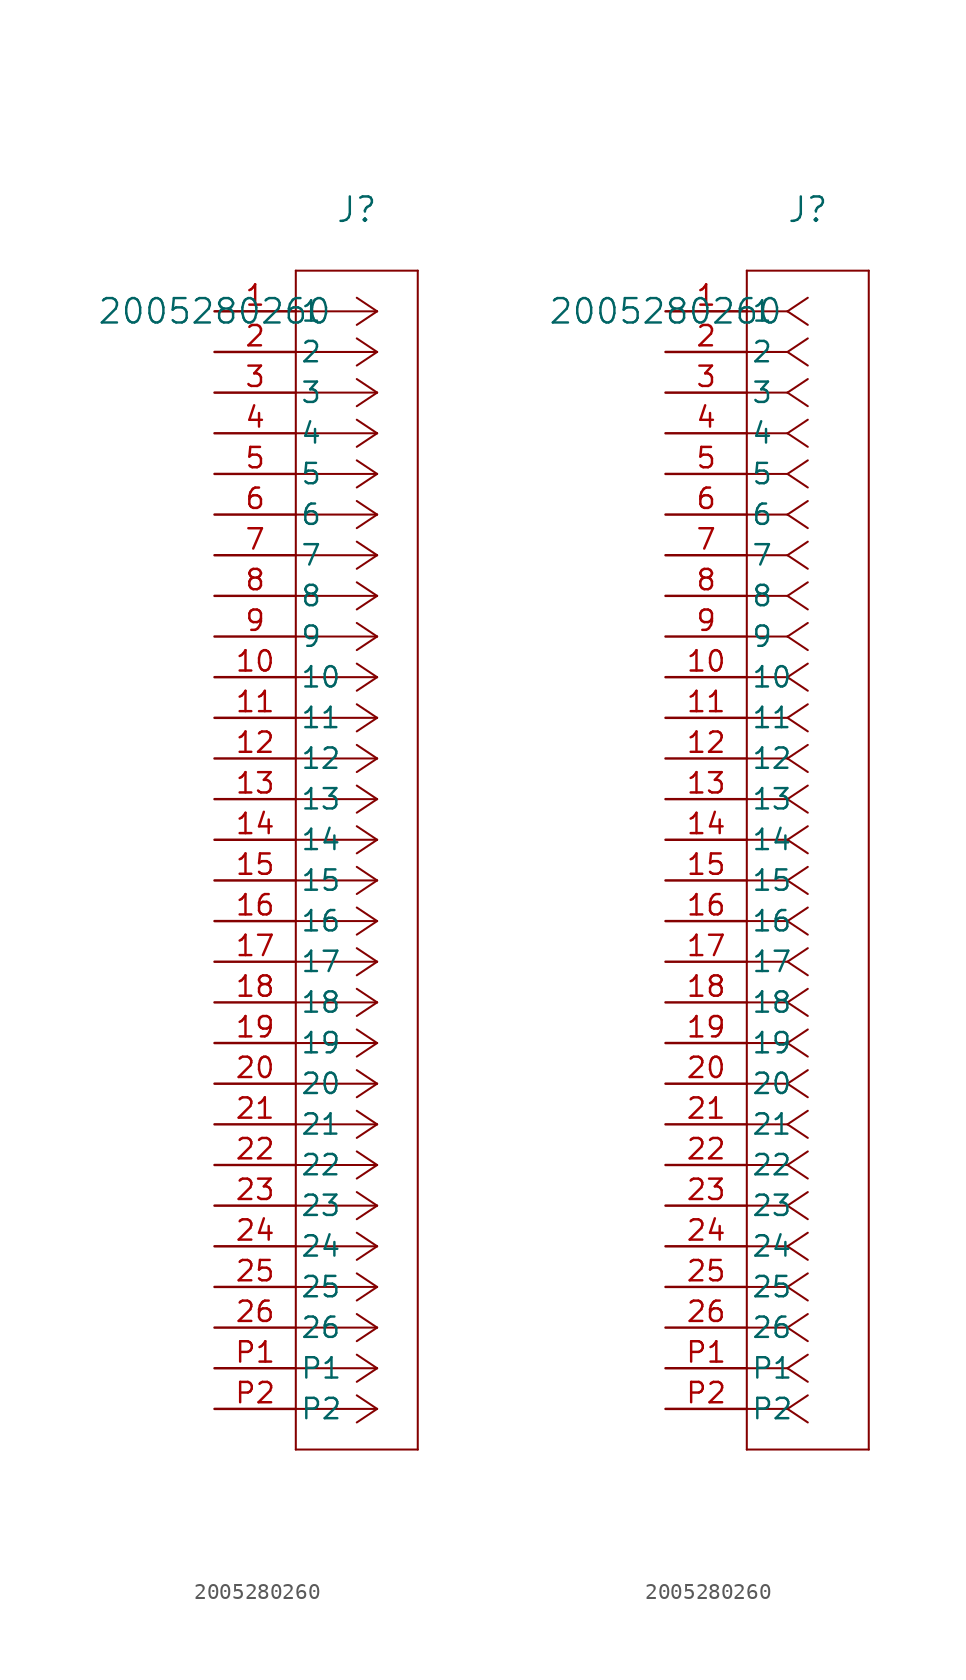
<source format=kicad_sym>
(kicad_symbol_lib
  (version 20211014)
  (generator kicad_symbol_editor)
  (symbol "2005280260"
    (pin_names
      (offset 0.254))
    (property "Reference" "J"
      (at 8.89 6.35 0)
      (effects (font (size 1.524 1.524))))
    (property "Value" "2005280260"
      (at 0 0 0)
      (effects (font (size 1.524 1.524))))
    (symbol "2005280260_1_1"
      (polyline (pts (xy 10.16 0) (xy 5.08 0)) (stroke (width 0.127) (type default) (color 0 0 0 0)) (fill (type none)))
      (polyline (pts (xy 10.16 -2.54) (xy 5.08 -2.54)) (stroke (width 0.127) (type default) (color 0 0 0 0)) (fill (type none)))
      (polyline (pts (xy 10.16 -5.08) (xy 5.08 -5.08)) (stroke (width 0.127) (type default) (color 0 0 0 0)) (fill (type none)))
      (polyline (pts (xy 10.16 -7.62) (xy 5.08 -7.62)) (stroke (width 0.127) (type default) (color 0 0 0 0)) (fill (type none)))
      (polyline (pts (xy 10.16 -10.16) (xy 5.08 -10.16)) (stroke (width 0.127) (type default) (color 0 0 0 0)) (fill (type none)))
      (polyline (pts (xy 10.16 -12.7) (xy 5.08 -12.7)) (stroke (width 0.127) (type default) (color 0 0 0 0)) (fill (type none)))
      (polyline (pts (xy 10.16 -15.24) (xy 5.08 -15.24)) (stroke (width 0.127) (type default) (color 0 0 0 0)) (fill (type none)))
      (polyline (pts (xy 10.16 -17.78) (xy 5.08 -17.78)) (stroke (width 0.127) (type default) (color 0 0 0 0)) (fill (type none)))
      (polyline (pts (xy 10.16 -20.32) (xy 5.08 -20.32)) (stroke (width 0.127) (type default) (color 0 0 0 0)) (fill (type none)))
      (polyline (pts (xy 10.16 -22.86) (xy 5.08 -22.86)) (stroke (width 0.127) (type default) (color 0 0 0 0)) (fill (type none)))
      (polyline (pts (xy 10.16 -25.4) (xy 5.08 -25.4)) (stroke (width 0.127) (type default) (color 0 0 0 0)) (fill (type none)))
      (polyline (pts (xy 10.16 -27.94) (xy 5.08 -27.94)) (stroke (width 0.127) (type default) (color 0 0 0 0)) (fill (type none)))
      (polyline (pts (xy 10.16 -30.48) (xy 5.08 -30.48)) (stroke (width 0.127) (type default) (color 0 0 0 0)) (fill (type none)))
      (polyline (pts (xy 10.16 -33.02) (xy 5.08 -33.02)) (stroke (width 0.127) (type default) (color 0 0 0 0)) (fill (type none)))
      (polyline (pts (xy 10.16 -35.56) (xy 5.08 -35.56)) (stroke (width 0.127) (type default) (color 0 0 0 0)) (fill (type none)))
      (polyline (pts (xy 10.16 -38.1) (xy 5.08 -38.1)) (stroke (width 0.127) (type default) (color 0 0 0 0)) (fill (type none)))
      (polyline (pts (xy 10.16 -40.64) (xy 5.08 -40.64)) (stroke (width 0.127) (type default) (color 0 0 0 0)) (fill (type none)))
      (polyline (pts (xy 10.16 -43.18) (xy 5.08 -43.18)) (stroke (width 0.127) (type default) (color 0 0 0 0)) (fill (type none)))
      (polyline (pts (xy 10.16 -45.72) (xy 5.08 -45.72)) (stroke (width 0.127) (type default) (color 0 0 0 0)) (fill (type none)))
      (polyline (pts (xy 10.16 -48.26) (xy 5.08 -48.26)) (stroke (width 0.127) (type default) (color 0 0 0 0)) (fill (type none)))
      (polyline (pts (xy 10.16 -50.8) (xy 5.08 -50.8)) (stroke (width 0.127) (type default) (color 0 0 0 0)) (fill (type none)))
      (polyline (pts (xy 10.16 -53.34) (xy 5.08 -53.34)) (stroke (width 0.127) (type default) (color 0 0 0 0)) (fill (type none)))
      (polyline (pts (xy 10.16 -55.88) (xy 5.08 -55.88)) (stroke (width 0.127) (type default) (color 0 0 0 0)) (fill (type none)))
      (polyline (pts (xy 10.16 -58.42) (xy 5.08 -58.42)) (stroke (width 0.127) (type default) (color 0 0 0 0)) (fill (type none)))
      (polyline (pts (xy 10.16 -60.96) (xy 5.08 -60.96)) (stroke (width 0.127) (type default) (color 0 0 0 0)) (fill (type none)))
      (polyline (pts (xy 10.16 -63.5) (xy 5.08 -63.5)) (stroke (width 0.127) (type default) (color 0 0 0 0)) (fill (type none)))
      (polyline (pts (xy 10.16 -66.04) (xy 5.08 -66.04)) (stroke (width 0.127) (type default) (color 0 0 0 0)) (fill (type none)))
      (polyline (pts (xy 10.16 -68.58) (xy 5.08 -68.58)) (stroke (width 0.127) (type default) (color 0 0 0 0)) (fill (type none)))
      (polyline (pts (xy 10.16 0) (xy 8.89 0.847)) (stroke (width 0.127) (type default) (color 0 0 0 0)) (fill (type none)))
      (polyline (pts (xy 10.16 -2.54) (xy 8.89 -1.693)) (stroke (width 0.127) (type default) (color 0 0 0 0)) (fill (type none)))
      (polyline (pts (xy 10.16 -5.08) (xy 8.89 -4.233)) (stroke (width 0.127) (type default) (color 0 0 0 0)) (fill (type none)))
      (polyline (pts (xy 10.16 -7.62) (xy 8.89 -6.773)) (stroke (width 0.127) (type default) (color 0 0 0 0)) (fill (type none)))
      (polyline (pts (xy 10.16 -10.16) (xy 8.89 -9.313)) (stroke (width 0.127) (type default) (color 0 0 0 0)) (fill (type none)))
      (polyline (pts (xy 10.16 -12.7) (xy 8.89 -11.853)) (stroke (width 0.127) (type default) (color 0 0 0 0)) (fill (type none)))
      (polyline (pts (xy 10.16 -15.24) (xy 8.89 -14.393)) (stroke (width 0.127) (type default) (color 0 0 0 0)) (fill (type none)))
      (polyline (pts (xy 10.16 -17.78) (xy 8.89 -16.933)) (stroke (width 0.127) (type default) (color 0 0 0 0)) (fill (type none)))
      (polyline (pts (xy 10.16 -20.32) (xy 8.89 -19.473)) (stroke (width 0.127) (type default) (color 0 0 0 0)) (fill (type none)))
      (polyline (pts (xy 10.16 -22.86) (xy 8.89 -22.013)) (stroke (width 0.127) (type default) (color 0 0 0 0)) (fill (type none)))
      (polyline (pts (xy 10.16 -25.4) (xy 8.89 -24.553)) (stroke (width 0.127) (type default) (color 0 0 0 0)) (fill (type none)))
      (polyline (pts (xy 10.16 -27.94) (xy 8.89 -27.093)) (stroke (width 0.127) (type default) (color 0 0 0 0)) (fill (type none)))
      (polyline (pts (xy 10.16 -30.48) (xy 8.89 -29.633)) (stroke (width 0.127) (type default) (color 0 0 0 0)) (fill (type none)))
      (polyline (pts (xy 10.16 -33.02) (xy 8.89 -32.173)) (stroke (width 0.127) (type default) (color 0 0 0 0)) (fill (type none)))
      (polyline (pts (xy 10.16 -35.56) (xy 8.89 -34.713)) (stroke (width 0.127) (type default) (color 0 0 0 0)) (fill (type none)))
      (polyline (pts (xy 10.16 -38.1) (xy 8.89 -37.253)) (stroke (width 0.127) (type default) (color 0 0 0 0)) (fill (type none)))
      (polyline (pts (xy 10.16 -40.64) (xy 8.89 -39.793)) (stroke (width 0.127) (type default) (color 0 0 0 0)) (fill (type none)))
      (polyline (pts (xy 10.16 -43.18) (xy 8.89 -42.333)) (stroke (width 0.127) (type default) (color 0 0 0 0)) (fill (type none)))
      (polyline (pts (xy 10.16 -45.72) (xy 8.89 -44.873)) (stroke (width 0.127) (type default) (color 0 0 0 0)) (fill (type none)))
      (polyline (pts (xy 10.16 -48.26) (xy 8.89 -47.413)) (stroke (width 0.127) (type default) (color 0 0 0 0)) (fill (type none)))
      (polyline (pts (xy 10.16 -50.8) (xy 8.89 -49.953)) (stroke (width 0.127) (type default) (color 0 0 0 0)) (fill (type none)))
      (polyline (pts (xy 10.16 -53.34) (xy 8.89 -52.493)) (stroke (width 0.127) (type default) (color 0 0 0 0)) (fill (type none)))
      (polyline (pts (xy 10.16 -55.88) (xy 8.89 -55.033)) (stroke (width 0.127) (type default) (color 0 0 0 0)) (fill (type none)))
      (polyline (pts (xy 10.16 -58.42) (xy 8.89 -57.573)) (stroke (width 0.127) (type default) (color 0 0 0 0)) (fill (type none)))
      (polyline (pts (xy 10.16 -60.96) (xy 8.89 -60.113)) (stroke (width 0.127) (type default) (color 0 0 0 0)) (fill (type none)))
      (polyline (pts (xy 10.16 -63.5) (xy 8.89 -62.653)) (stroke (width 0.127) (type default) (color 0 0 0 0)) (fill (type none)))
      (polyline (pts (xy 10.16 -66.04) (xy 8.89 -65.193)) (stroke (width 0.127) (type default) (color 0 0 0 0)) (fill (type none)))
      (polyline (pts (xy 10.16 -68.58) (xy 8.89 -67.733)) (stroke (width 0.127) (type default) (color 0 0 0 0)) (fill (type none)))
      (polyline (pts (xy 10.16 0) (xy 8.89 -0.847)) (stroke (width 0.127) (type default) (color 0 0 0 0)) (fill (type none)))
      (polyline (pts (xy 10.16 -2.54) (xy 8.89 -3.387)) (stroke (width 0.127) (type default) (color 0 0 0 0)) (fill (type none)))
      (polyline (pts (xy 10.16 -5.08) (xy 8.89 -5.927)) (stroke (width 0.127) (type default) (color 0 0 0 0)) (fill (type none)))
      (polyline (pts (xy 10.16 -7.62) (xy 8.89 -8.467)) (stroke (width 0.127) (type default) (color 0 0 0 0)) (fill (type none)))
      (polyline (pts (xy 10.16 -10.16) (xy 8.89 -11.007)) (stroke (width 0.127) (type default) (color 0 0 0 0)) (fill (type none)))
      (polyline (pts (xy 10.16 -12.7) (xy 8.89 -13.547)) (stroke (width 0.127) (type default) (color 0 0 0 0)) (fill (type none)))
      (polyline (pts (xy 10.16 -15.24) (xy 8.89 -16.087)) (stroke (width 0.127) (type default) (color 0 0 0 0)) (fill (type none)))
      (polyline (pts (xy 10.16 -17.78) (xy 8.89 -18.627)) (stroke (width 0.127) (type default) (color 0 0 0 0)) (fill (type none)))
      (polyline (pts (xy 10.16 -20.32) (xy 8.89 -21.167)) (stroke (width 0.127) (type default) (color 0 0 0 0)) (fill (type none)))
      (polyline (pts (xy 10.16 -22.86) (xy 8.89 -23.707)) (stroke (width 0.127) (type default) (color 0 0 0 0)) (fill (type none)))
      (polyline (pts (xy 10.16 -25.4) (xy 8.89 -26.247)) (stroke (width 0.127) (type default) (color 0 0 0 0)) (fill (type none)))
      (polyline (pts (xy 10.16 -27.94) (xy 8.89 -28.787)) (stroke (width 0.127) (type default) (color 0 0 0 0)) (fill (type none)))
      (polyline (pts (xy 10.16 -30.48) (xy 8.89 -31.327)) (stroke (width 0.127) (type default) (color 0 0 0 0)) (fill (type none)))
      (polyline (pts (xy 10.16 -33.02) (xy 8.89 -33.867)) (stroke (width 0.127) (type default) (color 0 0 0 0)) (fill (type none)))
      (polyline (pts (xy 10.16 -35.56) (xy 8.89 -36.407)) (stroke (width 0.127) (type default) (color 0 0 0 0)) (fill (type none)))
      (polyline (pts (xy 10.16 -38.1) (xy 8.89 -38.947)) (stroke (width 0.127) (type default) (color 0 0 0 0)) (fill (type none)))
      (polyline (pts (xy 10.16 -40.64) (xy 8.89 -41.487)) (stroke (width 0.127) (type default) (color 0 0 0 0)) (fill (type none)))
      (polyline (pts (xy 10.16 -43.18) (xy 8.89 -44.027)) (stroke (width 0.127) (type default) (color 0 0 0 0)) (fill (type none)))
      (polyline (pts (xy 10.16 -45.72) (xy 8.89 -46.567)) (stroke (width 0.127) (type default) (color 0 0 0 0)) (fill (type none)))
      (polyline (pts (xy 10.16 -48.26) (xy 8.89 -49.107)) (stroke (width 0.127) (type default) (color 0 0 0 0)) (fill (type none)))
      (polyline (pts (xy 10.16 -50.8) (xy 8.89 -51.647)) (stroke (width 0.127) (type default) (color 0 0 0 0)) (fill (type none)))
      (polyline (pts (xy 10.16 -53.34) (xy 8.89 -54.187)) (stroke (width 0.127) (type default) (color 0 0 0 0)) (fill (type none)))
      (polyline (pts (xy 10.16 -55.88) (xy 8.89 -56.727)) (stroke (width 0.127) (type default) (color 0 0 0 0)) (fill (type none)))
      (polyline (pts (xy 10.16 -58.42) (xy 8.89 -59.267)) (stroke (width 0.127) (type default) (color 0 0 0 0)) (fill (type none)))
      (polyline (pts (xy 10.16 -60.96) (xy 8.89 -61.807)) (stroke (width 0.127) (type default) (color 0 0 0 0)) (fill (type none)))
      (polyline (pts (xy 10.16 -63.5) (xy 8.89 -64.347)) (stroke (width 0.127) (type default) (color 0 0 0 0)) (fill (type none)))
      (polyline (pts (xy 10.16 -66.04) (xy 8.89 -66.887)) (stroke (width 0.127) (type default) (color 0 0 0 0)) (fill (type none)))
      (polyline (pts (xy 10.16 -68.58) (xy 8.89 -69.427)) (stroke (width 0.127) (type default) (color 0 0 0 0)) (fill (type none)))
      (polyline (pts (xy 5.08 2.54) (xy 5.08 -71.12)) (stroke (width 0.127) (type default) (color 0 0 0 0)) (fill (type none)))
      (polyline (pts (xy 5.08 -71.12) (xy 12.7 -71.12)) (stroke (width 0.127) (type default) (color 0 0 0 0)) (fill (type none)))
      (polyline (pts (xy 12.7 -71.12) (xy 12.7 2.54)) (stroke (width 0.127) (type default) (color 0 0 0 0)) (fill (type none)))
      (polyline (pts (xy 12.7 2.54) (xy 5.08 2.54)) (stroke (width 0.127) (type default) (color 0 0 0 0)) (fill (type none)))
      (pin unspecified line (at 0 0 0) (length 5.08) (name "1" (effects (font (size 1.27 1.27)))) (number "1" (effects (font (size 1.27 1.27)))))
      (pin unspecified line (at 0 -2.54 0) (length 5.08) (name "2" (effects (font (size 1.27 1.27)))) (number "2" (effects (font (size 1.27 1.27)))))
      (pin unspecified line (at 0 -5.08 0) (length 5.08) (name "3" (effects (font (size 1.27 1.27)))) (number "3" (effects (font (size 1.27 1.27)))))
      (pin unspecified line (at 0 -7.62 0) (length 5.08) (name "4" (effects (font (size 1.27 1.27)))) (number "4" (effects (font (size 1.27 1.27)))))
      (pin unspecified line (at 0 -10.16 0) (length 5.08) (name "5" (effects (font (size 1.27 1.27)))) (number "5" (effects (font (size 1.27 1.27)))))
      (pin unspecified line (at 0 -12.7 0) (length 5.08) (name "6" (effects (font (size 1.27 1.27)))) (number "6" (effects (font (size 1.27 1.27)))))
      (pin unspecified line (at 0 -15.24 0) (length 5.08) (name "7" (effects (font (size 1.27 1.27)))) (number "7" (effects (font (size 1.27 1.27)))))
      (pin unspecified line (at 0 -17.78 0) (length 5.08) (name "8" (effects (font (size 1.27 1.27)))) (number "8" (effects (font (size 1.27 1.27)))))
      (pin unspecified line (at 0 -20.32 0) (length 5.08) (name "9" (effects (font (size 1.27 1.27)))) (number "9" (effects (font (size 1.27 1.27)))))
      (pin unspecified line (at 0 -22.86 0) (length 5.08) (name "10" (effects (font (size 1.27 1.27)))) (number "10" (effects (font (size 1.27 1.27)))))
      (pin unspecified line (at 0 -25.4 0) (length 5.08) (name "11" (effects (font (size 1.27 1.27)))) (number "11" (effects (font (size 1.27 1.27)))))
      (pin unspecified line (at 0 -27.94 0) (length 5.08) (name "12" (effects (font (size 1.27 1.27)))) (number "12" (effects (font (size 1.27 1.27)))))
      (pin unspecified line (at 0 -30.48 0) (length 5.08) (name "13" (effects (font (size 1.27 1.27)))) (number "13" (effects (font (size 1.27 1.27)))))
      (pin unspecified line (at 0 -33.02 0) (length 5.08) (name "14" (effects (font (size 1.27 1.27)))) (number "14" (effects (font (size 1.27 1.27)))))
      (pin unspecified line (at 0 -35.56 0) (length 5.08) (name "15" (effects (font (size 1.27 1.27)))) (number "15" (effects (font (size 1.27 1.27)))))
      (pin unspecified line (at 0 -38.1 0) (length 5.08) (name "16" (effects (font (size 1.27 1.27)))) (number "16" (effects (font (size 1.27 1.27)))))
      (pin unspecified line (at 0 -40.64 0) (length 5.08) (name "17" (effects (font (size 1.27 1.27)))) (number "17" (effects (font (size 1.27 1.27)))))
      (pin unspecified line (at 0 -43.18 0) (length 5.08) (name "18" (effects (font (size 1.27 1.27)))) (number "18" (effects (font (size 1.27 1.27)))))
      (pin unspecified line (at 0 -45.72 0) (length 5.08) (name "19" (effects (font (size 1.27 1.27)))) (number "19" (effects (font (size 1.27 1.27)))))
      (pin unspecified line (at 0 -48.26 0) (length 5.08) (name "20" (effects (font (size 1.27 1.27)))) (number "20" (effects (font (size 1.27 1.27)))))
      (pin unspecified line (at 0 -50.8 0) (length 5.08) (name "21" (effects (font (size 1.27 1.27)))) (number "21" (effects (font (size 1.27 1.27)))))
      (pin unspecified line (at 0 -53.34 0) (length 5.08) (name "22" (effects (font (size 1.27 1.27)))) (number "22" (effects (font (size 1.27 1.27)))))
      (pin unspecified line (at 0 -55.88 0) (length 5.08) (name "23" (effects (font (size 1.27 1.27)))) (number "23" (effects (font (size 1.27 1.27)))))
      (pin unspecified line (at 0 -58.42 0) (length 5.08) (name "24" (effects (font (size 1.27 1.27)))) (number "24" (effects (font (size 1.27 1.27)))))
      (pin unspecified line (at 0 -60.96 0) (length 5.08) (name "25" (effects (font (size 1.27 1.27)))) (number "25" (effects (font (size 1.27 1.27)))))
      (pin unspecified line (at 0 -63.5 0) (length 5.08) (name "26" (effects (font (size 1.27 1.27)))) (number "26" (effects (font (size 1.27 1.27)))))
      (pin unspecified line (at 0 -66.04 0) (length 5.08) (name "P1" (effects (font (size 1.27 1.27)))) (number "P1" (effects (font (size 1.27 1.27)))))
      (pin unspecified line (at 0 -68.58 0) (length 5.08) (name "P2" (effects (font (size 1.27 1.27)))) (number "P2" (effects (font (size 1.27 1.27))))))
    (symbol "2005280260_1_2"
      (polyline (pts (xy 7.62 0) (xy 5.08 0)) (stroke (width 0.127) (type default) (color 0 0 0 0)) (fill (type none)))
      (polyline (pts (xy 7.62 -2.54) (xy 5.08 -2.54)) (stroke (width 0.127) (type default) (color 0 0 0 0)) (fill (type none)))
      (polyline (pts (xy 7.62 -5.08) (xy 5.08 -5.08)) (stroke (width 0.127) (type default) (color 0 0 0 0)) (fill (type none)))
      (polyline (pts (xy 7.62 -7.62) (xy 5.08 -7.62)) (stroke (width 0.127) (type default) (color 0 0 0 0)) (fill (type none)))
      (polyline (pts (xy 7.62 -10.16) (xy 5.08 -10.16)) (stroke (width 0.127) (type default) (color 0 0 0 0)) (fill (type none)))
      (polyline (pts (xy 7.62 -12.7) (xy 5.08 -12.7)) (stroke (width 0.127) (type default) (color 0 0 0 0)) (fill (type none)))
      (polyline (pts (xy 7.62 -15.24) (xy 5.08 -15.24)) (stroke (width 0.127) (type default) (color 0 0 0 0)) (fill (type none)))
      (polyline (pts (xy 7.62 -17.78) (xy 5.08 -17.78)) (stroke (width 0.127) (type default) (color 0 0 0 0)) (fill (type none)))
      (polyline (pts (xy 7.62 -20.32) (xy 5.08 -20.32)) (stroke (width 0.127) (type default) (color 0 0 0 0)) (fill (type none)))
      (polyline (pts (xy 7.62 -22.86) (xy 5.08 -22.86)) (stroke (width 0.127) (type default) (color 0 0 0 0)) (fill (type none)))
      (polyline (pts (xy 7.62 -25.4) (xy 5.08 -25.4)) (stroke (width 0.127) (type default) (color 0 0 0 0)) (fill (type none)))
      (polyline (pts (xy 7.62 -27.94) (xy 5.08 -27.94)) (stroke (width 0.127) (type default) (color 0 0 0 0)) (fill (type none)))
      (polyline (pts (xy 7.62 -30.48) (xy 5.08 -30.48)) (stroke (width 0.127) (type default) (color 0 0 0 0)) (fill (type none)))
      (polyline (pts (xy 7.62 -33.02) (xy 5.08 -33.02)) (stroke (width 0.127) (type default) (color 0 0 0 0)) (fill (type none)))
      (polyline (pts (xy 7.62 -35.56) (xy 5.08 -35.56)) (stroke (width 0.127) (type default) (color 0 0 0 0)) (fill (type none)))
      (polyline (pts (xy 7.62 -38.1) (xy 5.08 -38.1)) (stroke (width 0.127) (type default) (color 0 0 0 0)) (fill (type none)))
      (polyline (pts (xy 7.62 -40.64) (xy 5.08 -40.64)) (stroke (width 0.127) (type default) (color 0 0 0 0)) (fill (type none)))
      (polyline (pts (xy 7.62 -43.18) (xy 5.08 -43.18)) (stroke (width 0.127) (type default) (color 0 0 0 0)) (fill (type none)))
      (polyline (pts (xy 7.62 -45.72) (xy 5.08 -45.72)) (stroke (width 0.127) (type default) (color 0 0 0 0)) (fill (type none)))
      (polyline (pts (xy 7.62 -48.26) (xy 5.08 -48.26)) (stroke (width 0.127) (type default) (color 0 0 0 0)) (fill (type none)))
      (polyline (pts (xy 7.62 -50.8) (xy 5.08 -50.8)) (stroke (width 0.127) (type default) (color 0 0 0 0)) (fill (type none)))
      (polyline (pts (xy 7.62 -53.34) (xy 5.08 -53.34)) (stroke (width 0.127) (type default) (color 0 0 0 0)) (fill (type none)))
      (polyline (pts (xy 7.62 -55.88) (xy 5.08 -55.88)) (stroke (width 0.127) (type default) (color 0 0 0 0)) (fill (type none)))
      (polyline (pts (xy 7.62 -58.42) (xy 5.08 -58.42)) (stroke (width 0.127) (type default) (color 0 0 0 0)) (fill (type none)))
      (polyline (pts (xy 7.62 -60.96) (xy 5.08 -60.96)) (stroke (width 0.127) (type default) (color 0 0 0 0)) (fill (type none)))
      (polyline (pts (xy 7.62 -63.5) (xy 5.08 -63.5)) (stroke (width 0.127) (type default) (color 0 0 0 0)) (fill (type none)))
      (polyline (pts (xy 7.62 -66.04) (xy 5.08 -66.04)) (stroke (width 0.127) (type default) (color 0 0 0 0)) (fill (type none)))
      (polyline (pts (xy 7.62 -68.58) (xy 5.08 -68.58)) (stroke (width 0.127) (type default) (color 0 0 0 0)) (fill (type none)))
      (polyline (pts (xy 7.62 0) (xy 8.89 0.847)) (stroke (width 0.127) (type default) (color 0 0 0 0)) (fill (type none)))
      (polyline (pts (xy 7.62 -2.54) (xy 8.89 -1.693)) (stroke (width 0.127) (type default) (color 0 0 0 0)) (fill (type none)))
      (polyline (pts (xy 7.62 -5.08) (xy 8.89 -4.233)) (stroke (width 0.127) (type default) (color 0 0 0 0)) (fill (type none)))
      (polyline (pts (xy 7.62 -7.62) (xy 8.89 -6.773)) (stroke (width 0.127) (type default) (color 0 0 0 0)) (fill (type none)))
      (polyline (pts (xy 7.62 -10.16) (xy 8.89 -9.313)) (stroke (width 0.127) (type default) (color 0 0 0 0)) (fill (type none)))
      (polyline (pts (xy 7.62 -12.7) (xy 8.89 -11.853)) (stroke (width 0.127) (type default) (color 0 0 0 0)) (fill (type none)))
      (polyline (pts (xy 7.62 -15.24) (xy 8.89 -14.393)) (stroke (width 0.127) (type default) (color 0 0 0 0)) (fill (type none)))
      (polyline (pts (xy 7.62 -17.78) (xy 8.89 -16.933)) (stroke (width 0.127) (type default) (color 0 0 0 0)) (fill (type none)))
      (polyline (pts (xy 7.62 -20.32) (xy 8.89 -19.473)) (stroke (width 0.127) (type default) (color 0 0 0 0)) (fill (type none)))
      (polyline (pts (xy 7.62 -22.86) (xy 8.89 -22.013)) (stroke (width 0.127) (type default) (color 0 0 0 0)) (fill (type none)))
      (polyline (pts (xy 7.62 -25.4) (xy 8.89 -24.553)) (stroke (width 0.127) (type default) (color 0 0 0 0)) (fill (type none)))
      (polyline (pts (xy 7.62 -27.94) (xy 8.89 -27.093)) (stroke (width 0.127) (type default) (color 0 0 0 0)) (fill (type none)))
      (polyline (pts (xy 7.62 -30.48) (xy 8.89 -29.633)) (stroke (width 0.127) (type default) (color 0 0 0 0)) (fill (type none)))
      (polyline (pts (xy 7.62 -33.02) (xy 8.89 -32.173)) (stroke (width 0.127) (type default) (color 0 0 0 0)) (fill (type none)))
      (polyline (pts (xy 7.62 -35.56) (xy 8.89 -34.713)) (stroke (width 0.127) (type default) (color 0 0 0 0)) (fill (type none)))
      (polyline (pts (xy 7.62 -38.1) (xy 8.89 -37.253)) (stroke (width 0.127) (type default) (color 0 0 0 0)) (fill (type none)))
      (polyline (pts (xy 7.62 -40.64) (xy 8.89 -39.793)) (stroke (width 0.127) (type default) (color 0 0 0 0)) (fill (type none)))
      (polyline (pts (xy 7.62 -43.18) (xy 8.89 -42.333)) (stroke (width 0.127) (type default) (color 0 0 0 0)) (fill (type none)))
      (polyline (pts (xy 7.62 -45.72) (xy 8.89 -44.873)) (stroke (width 0.127) (type default) (color 0 0 0 0)) (fill (type none)))
      (polyline (pts (xy 7.62 -48.26) (xy 8.89 -47.413)) (stroke (width 0.127) (type default) (color 0 0 0 0)) (fill (type none)))
      (polyline (pts (xy 7.62 -50.8) (xy 8.89 -49.953)) (stroke (width 0.127) (type default) (color 0 0 0 0)) (fill (type none)))
      (polyline (pts (xy 7.62 -53.34) (xy 8.89 -52.493)) (stroke (width 0.127) (type default) (color 0 0 0 0)) (fill (type none)))
      (polyline (pts (xy 7.62 -55.88) (xy 8.89 -55.033)) (stroke (width 0.127) (type default) (color 0 0 0 0)) (fill (type none)))
      (polyline (pts (xy 7.62 -58.42) (xy 8.89 -57.573)) (stroke (width 0.127) (type default) (color 0 0 0 0)) (fill (type none)))
      (polyline (pts (xy 7.62 -60.96) (xy 8.89 -60.113)) (stroke (width 0.127) (type default) (color 0 0 0 0)) (fill (type none)))
      (polyline (pts (xy 7.62 -63.5) (xy 8.89 -62.653)) (stroke (width 0.127) (type default) (color 0 0 0 0)) (fill (type none)))
      (polyline (pts (xy 7.62 -66.04) (xy 8.89 -65.193)) (stroke (width 0.127) (type default) (color 0 0 0 0)) (fill (type none)))
      (polyline (pts (xy 7.62 -68.58) (xy 8.89 -67.733)) (stroke (width 0.127) (type default) (color 0 0 0 0)) (fill (type none)))
      (polyline (pts (xy 7.62 0) (xy 8.89 -0.847)) (stroke (width 0.127) (type default) (color 0 0 0 0)) (fill (type none)))
      (polyline (pts (xy 7.62 -2.54) (xy 8.89 -3.387)) (stroke (width 0.127) (type default) (color 0 0 0 0)) (fill (type none)))
      (polyline (pts (xy 7.62 -5.08) (xy 8.89 -5.927)) (stroke (width 0.127) (type default) (color 0 0 0 0)) (fill (type none)))
      (polyline (pts (xy 7.62 -7.62) (xy 8.89 -8.467)) (stroke (width 0.127) (type default) (color 0 0 0 0)) (fill (type none)))
      (polyline (pts (xy 7.62 -10.16) (xy 8.89 -11.007)) (stroke (width 0.127) (type default) (color 0 0 0 0)) (fill (type none)))
      (polyline (pts (xy 7.62 -12.7) (xy 8.89 -13.547)) (stroke (width 0.127) (type default) (color 0 0 0 0)) (fill (type none)))
      (polyline (pts (xy 7.62 -15.24) (xy 8.89 -16.087)) (stroke (width 0.127) (type default) (color 0 0 0 0)) (fill (type none)))
      (polyline (pts (xy 7.62 -17.78) (xy 8.89 -18.627)) (stroke (width 0.127) (type default) (color 0 0 0 0)) (fill (type none)))
      (polyline (pts (xy 7.62 -20.32) (xy 8.89 -21.167)) (stroke (width 0.127) (type default) (color 0 0 0 0)) (fill (type none)))
      (polyline (pts (xy 7.62 -22.86) (xy 8.89 -23.707)) (stroke (width 0.127) (type default) (color 0 0 0 0)) (fill (type none)))
      (polyline (pts (xy 7.62 -25.4) (xy 8.89 -26.247)) (stroke (width 0.127) (type default) (color 0 0 0 0)) (fill (type none)))
      (polyline (pts (xy 7.62 -27.94) (xy 8.89 -28.787)) (stroke (width 0.127) (type default) (color 0 0 0 0)) (fill (type none)))
      (polyline (pts (xy 7.62 -30.48) (xy 8.89 -31.327)) (stroke (width 0.127) (type default) (color 0 0 0 0)) (fill (type none)))
      (polyline (pts (xy 7.62 -33.02) (xy 8.89 -33.867)) (stroke (width 0.127) (type default) (color 0 0 0 0)) (fill (type none)))
      (polyline (pts (xy 7.62 -35.56) (xy 8.89 -36.407)) (stroke (width 0.127) (type default) (color 0 0 0 0)) (fill (type none)))
      (polyline (pts (xy 7.62 -38.1) (xy 8.89 -38.947)) (stroke (width 0.127) (type default) (color 0 0 0 0)) (fill (type none)))
      (polyline (pts (xy 7.62 -40.64) (xy 8.89 -41.487)) (stroke (width 0.127) (type default) (color 0 0 0 0)) (fill (type none)))
      (polyline (pts (xy 7.62 -43.18) (xy 8.89 -44.027)) (stroke (width 0.127) (type default) (color 0 0 0 0)) (fill (type none)))
      (polyline (pts (xy 7.62 -45.72) (xy 8.89 -46.567)) (stroke (width 0.127) (type default) (color 0 0 0 0)) (fill (type none)))
      (polyline (pts (xy 7.62 -48.26) (xy 8.89 -49.107)) (stroke (width 0.127) (type default) (color 0 0 0 0)) (fill (type none)))
      (polyline (pts (xy 7.62 -50.8) (xy 8.89 -51.647)) (stroke (width 0.127) (type default) (color 0 0 0 0)) (fill (type none)))
      (polyline (pts (xy 7.62 -53.34) (xy 8.89 -54.187)) (stroke (width 0.127) (type default) (color 0 0 0 0)) (fill (type none)))
      (polyline (pts (xy 7.62 -55.88) (xy 8.89 -56.727)) (stroke (width 0.127) (type default) (color 0 0 0 0)) (fill (type none)))
      (polyline (pts (xy 7.62 -58.42) (xy 8.89 -59.267)) (stroke (width 0.127) (type default) (color 0 0 0 0)) (fill (type none)))
      (polyline (pts (xy 7.62 -60.96) (xy 8.89 -61.807)) (stroke (width 0.127) (type default) (color 0 0 0 0)) (fill (type none)))
      (polyline (pts (xy 7.62 -63.5) (xy 8.89 -64.347)) (stroke (width 0.127) (type default) (color 0 0 0 0)) (fill (type none)))
      (polyline (pts (xy 7.62 -66.04) (xy 8.89 -66.887)) (stroke (width 0.127) (type default) (color 0 0 0 0)) (fill (type none)))
      (polyline (pts (xy 7.62 -68.58) (xy 8.89 -69.427)) (stroke (width 0.127) (type default) (color 0 0 0 0)) (fill (type none)))
      (polyline (pts (xy 5.08 2.54) (xy 5.08 -71.12)) (stroke (width 0.127) (type default) (color 0 0 0 0)) (fill (type none)))
      (polyline (pts (xy 5.08 -71.12) (xy 12.7 -71.12)) (stroke (width 0.127) (type default) (color 0 0 0 0)) (fill (type none)))
      (polyline (pts (xy 12.7 -71.12) (xy 12.7 2.54)) (stroke (width 0.127) (type default) (color 0 0 0 0)) (fill (type none)))
      (polyline (pts (xy 12.7 2.54) (xy 5.08 2.54)) (stroke (width 0.127) (type default) (color 0 0 0 0)) (fill (type none)))
      (pin unspecified line (at 0 0 0) (length 5.08) (name "1" (effects (font (size 1.27 1.27)))) (number "1" (effects (font (size 1.27 1.27)))))
      (pin unspecified line (at 0 -2.54 0) (length 5.08) (name "2" (effects (font (size 1.27 1.27)))) (number "2" (effects (font (size 1.27 1.27)))))
      (pin unspecified line (at 0 -5.08 0) (length 5.08) (name "3" (effects (font (size 1.27 1.27)))) (number "3" (effects (font (size 1.27 1.27)))))
      (pin unspecified line (at 0 -7.62 0) (length 5.08) (name "4" (effects (font (size 1.27 1.27)))) (number "4" (effects (font (size 1.27 1.27)))))
      (pin unspecified line (at 0 -10.16 0) (length 5.08) (name "5" (effects (font (size 1.27 1.27)))) (number "5" (effects (font (size 1.27 1.27)))))
      (pin unspecified line (at 0 -12.7 0) (length 5.08) (name "6" (effects (font (size 1.27 1.27)))) (number "6" (effects (font (size 1.27 1.27)))))
      (pin unspecified line (at 0 -15.24 0) (length 5.08) (name "7" (effects (font (size 1.27 1.27)))) (number "7" (effects (font (size 1.27 1.27)))))
      (pin unspecified line (at 0 -17.78 0) (length 5.08) (name "8" (effects (font (size 1.27 1.27)))) (number "8" (effects (font (size 1.27 1.27)))))
      (pin unspecified line (at 0 -20.32 0) (length 5.08) (name "9" (effects (font (size 1.27 1.27)))) (number "9" (effects (font (size 1.27 1.27)))))
      (pin unspecified line (at 0 -22.86 0) (length 5.08) (name "10" (effects (font (size 1.27 1.27)))) (number "10" (effects (font (size 1.27 1.27)))))
      (pin unspecified line (at 0 -25.4 0) (length 5.08) (name "11" (effects (font (size 1.27 1.27)))) (number "11" (effects (font (size 1.27 1.27)))))
      (pin unspecified line (at 0 -27.94 0) (length 5.08) (name "12" (effects (font (size 1.27 1.27)))) (number "12" (effects (font (size 1.27 1.27)))))
      (pin unspecified line (at 0 -30.48 0) (length 5.08) (name "13" (effects (font (size 1.27 1.27)))) (number "13" (effects (font (size 1.27 1.27)))))
      (pin unspecified line (at 0 -33.02 0) (length 5.08) (name "14" (effects (font (size 1.27 1.27)))) (number "14" (effects (font (size 1.27 1.27)))))
      (pin unspecified line (at 0 -35.56 0) (length 5.08) (name "15" (effects (font (size 1.27 1.27)))) (number "15" (effects (font (size 1.27 1.27)))))
      (pin unspecified line (at 0 -38.1 0) (length 5.08) (name "16" (effects (font (size 1.27 1.27)))) (number "16" (effects (font (size 1.27 1.27)))))
      (pin unspecified line (at 0 -40.64 0) (length 5.08) (name "17" (effects (font (size 1.27 1.27)))) (number "17" (effects (font (size 1.27 1.27)))))
      (pin unspecified line (at 0 -43.18 0) (length 5.08) (name "18" (effects (font (size 1.27 1.27)))) (number "18" (effects (font (size 1.27 1.27)))))
      (pin unspecified line (at 0 -45.72 0) (length 5.08) (name "19" (effects (font (size 1.27 1.27)))) (number "19" (effects (font (size 1.27 1.27)))))
      (pin unspecified line (at 0 -48.26 0) (length 5.08) (name "20" (effects (font (size 1.27 1.27)))) (number "20" (effects (font (size 1.27 1.27)))))
      (pin unspecified line (at 0 -50.8 0) (length 5.08) (name "21" (effects (font (size 1.27 1.27)))) (number "21" (effects (font (size 1.27 1.27)))))
      (pin unspecified line (at 0 -53.34 0) (length 5.08) (name "22" (effects (font (size 1.27 1.27)))) (number "22" (effects (font (size 1.27 1.27)))))
      (pin unspecified line (at 0 -55.88 0) (length 5.08) (name "23" (effects (font (size 1.27 1.27)))) (number "23" (effects (font (size 1.27 1.27)))))
      (pin unspecified line (at 0 -58.42 0) (length 5.08) (name "24" (effects (font (size 1.27 1.27)))) (number "24" (effects (font (size 1.27 1.27)))))
      (pin unspecified line (at 0 -60.96 0) (length 5.08) (name "25" (effects (font (size 1.27 1.27)))) (number "25" (effects (font (size 1.27 1.27)))))
      (pin unspecified line (at 0 -63.5 0) (length 5.08) (name "26" (effects (font (size 1.27 1.27)))) (number "26" (effects (font (size 1.27 1.27)))))
      (pin unspecified line (at 0 -66.04 0) (length 5.08) (name "P1" (effects (font (size 1.27 1.27)))) (number "P1" (effects (font (size 1.27 1.27)))))
      (pin unspecified line (at 0 -68.58 0) (length 5.08) (name "P2" (effects (font (size 1.27 1.27)))) (number "P2" (effects (font (size 1.27 1.27))))))))
</source>
